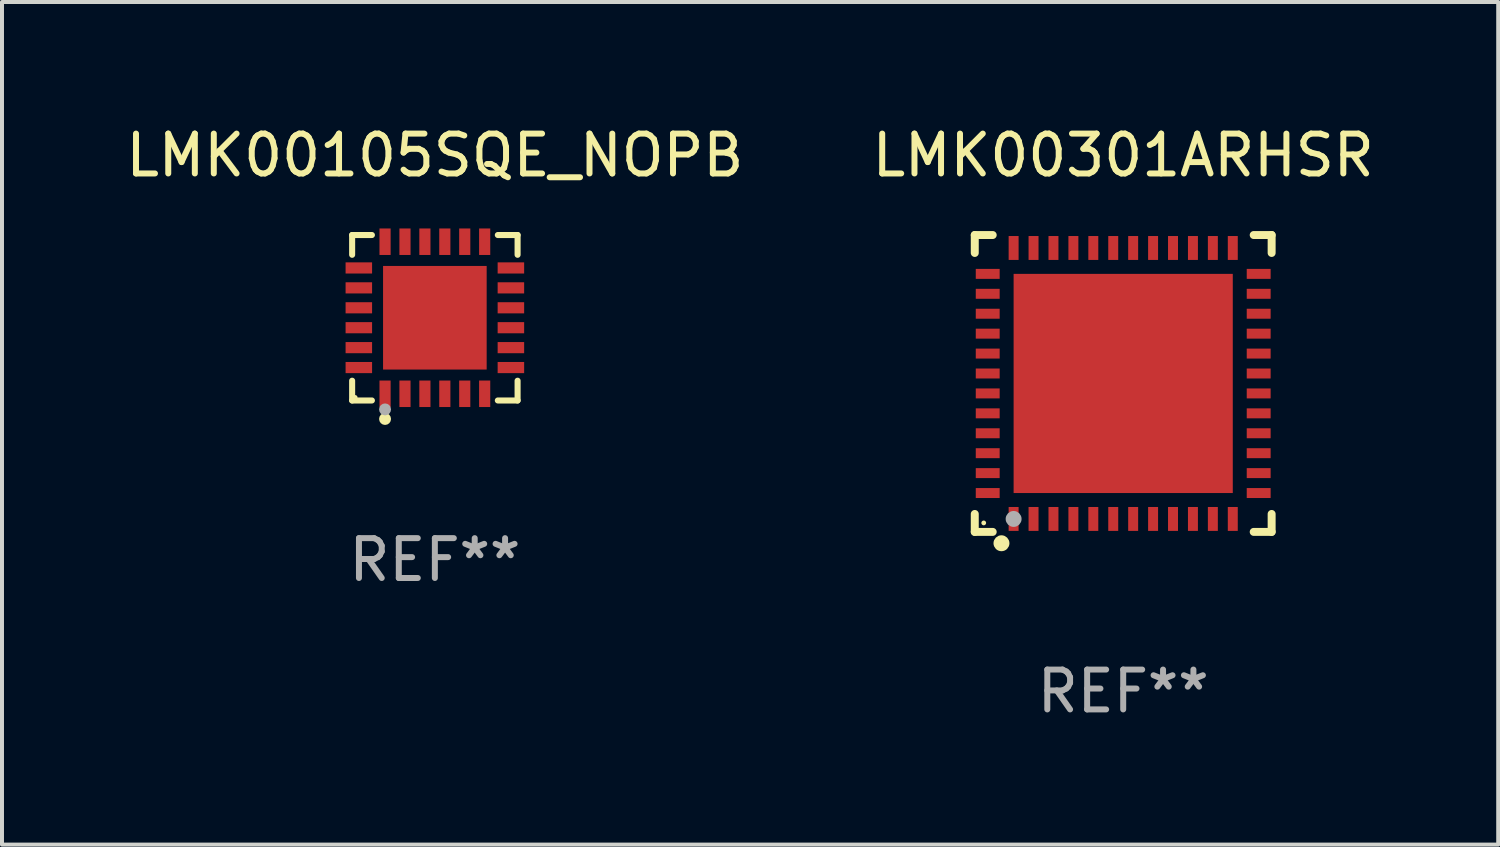
<source format=kicad_pcb>
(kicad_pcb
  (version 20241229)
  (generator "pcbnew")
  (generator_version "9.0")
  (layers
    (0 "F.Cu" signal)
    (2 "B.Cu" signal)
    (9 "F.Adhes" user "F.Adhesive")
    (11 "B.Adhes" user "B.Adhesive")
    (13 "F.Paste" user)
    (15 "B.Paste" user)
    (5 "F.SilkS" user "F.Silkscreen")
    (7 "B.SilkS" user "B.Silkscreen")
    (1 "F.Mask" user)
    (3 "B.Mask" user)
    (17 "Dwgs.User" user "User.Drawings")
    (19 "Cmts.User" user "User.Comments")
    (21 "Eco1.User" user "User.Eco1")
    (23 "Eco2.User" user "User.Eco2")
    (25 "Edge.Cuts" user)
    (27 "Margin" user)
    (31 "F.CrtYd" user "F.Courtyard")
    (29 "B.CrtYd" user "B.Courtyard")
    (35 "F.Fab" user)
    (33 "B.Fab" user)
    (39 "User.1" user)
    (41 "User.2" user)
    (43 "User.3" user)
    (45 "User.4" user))
  (footprint "LMK00105SQE_NOPB"
    (layer "F.Cu")
    (at 7.863 4.924)
    (property "Reference" "LMK00105SQE_NOPB" (at 0 -4.076 0) (layer "F.SilkS") (effects (font (size 1 1) (thickness 0.15))))
    (attr through_hole)
    (fp_line (start -2.076 -2.076) (end -1.58 -2.076) (stroke (width 0.152) (type solid)) (layer "F.SilkS"))
    (fp_line (start -2.076 -1.58) (end -2.076 -2.076) (stroke (width 0.152) (type solid)) (layer "F.SilkS"))
    (fp_line (start -2.076 1.58) (end -2.076 2.076) (stroke (width 0.152) (type solid)) (layer "F.SilkS"))
    (fp_line (start -2.076 2.076) (end -1.58 2.076) (stroke (width 0.152) (type solid)) (layer "F.SilkS"))
    (fp_line (start 2.076 -2.076) (end 1.58 -2.076) (stroke (width 0.152) (type solid)) (layer "F.SilkS"))
    (fp_line (start 2.076 -1.58) (end 2.076 -2.076) (stroke (width 0.152) (type solid)) (layer "F.SilkS"))
    (fp_line (start 2.076 1.58) (end 2.076 2.076) (stroke (width 0.152) (type solid)) (layer "F.SilkS"))
    (fp_line (start 2.076 2.076) (end 1.58 2.076) (stroke (width 0.152) (type solid)) (layer "F.SilkS"))
    (fp_circle (center -2 2) (end -1.97 2) (stroke (width 0.06) (type solid)) (fill no) (layer "F.SilkS"))
    (fp_circle (center -1.25 2.54) (end -1.175 2.54) (stroke (width 0.15) (type solid)) (fill no) (layer "F.SilkS"))
    (fp_circle (center -1.25 2.3) (end -1.175 2.3) (stroke (width 0.15) (type solid)) (fill no) (layer "F.Fab"))
    (fp_text user "REF**" (at 0 6.076 0) (layer "F.Fab") (effects (font (size 1 1) (thickness 0.15))))
    (pad "1" smd rect (at -1.25 1.908) (size 0.28 0.665) (layers "F.Cu" "F.Mask" "F.Paste"))
    (pad "2" smd rect (at -0.75 1.908) (size 0.28 0.665) (layers "F.Cu" "F.Mask" "F.Paste"))
    (pad "3" smd rect (at -0.25 1.908) (size 0.28 0.665) (layers "F.Cu" "F.Mask" "F.Paste"))
    (pad "4" smd rect (at 0.25 1.908) (size 0.28 0.665) (layers "F.Cu" "F.Mask" "F.Paste"))
    (pad "5" smd rect (at 0.75 1.908) (size 0.28 0.665) (layers "F.Cu" "F.Mask" "F.Paste"))
    (pad "6" smd rect (at 1.25 1.908) (size 0.28 0.665) (layers "F.Cu" "F.Mask" "F.Paste"))
    (pad "7" smd rect (at 1.908 1.25) (size 0.665 0.28) (layers "F.Cu" "F.Mask" "F.Paste"))
    (pad "8" smd rect (at 1.908 0.75) (size 0.665 0.28) (layers "F.Cu" "F.Mask" "F.Paste"))
    (pad "9" smd rect (at 1.908 0.25) (size 0.665 0.28) (layers "F.Cu" "F.Mask" "F.Paste"))
    (pad "10" smd rect (at 1.908 -0.25) (size 0.665 0.28) (layers "F.Cu" "F.Mask" "F.Paste"))
    (pad "11" smd rect (at 1.908 -0.75) (size 0.665 0.28) (layers "F.Cu" "F.Mask" "F.Paste"))
    (pad "12" smd rect (at 1.908 -1.25) (size 0.665 0.28) (layers "F.Cu" "F.Mask" "F.Paste"))
    (pad "13" smd rect (at 1.25 -1.908) (size 0.28 0.665) (layers "F.Cu" "F.Mask" "F.Paste"))
    (pad "14" smd rect (at 0.75 -1.908) (size 0.28 0.665) (layers "F.Cu" "F.Mask" "F.Paste"))
    (pad "15" smd rect (at 0.25 -1.908) (size 0.28 0.665) (layers "F.Cu" "F.Mask" "F.Paste"))
    (pad "16" smd rect (at -0.25 -1.908) (size 0.28 0.665) (layers "F.Cu" "F.Mask" "F.Paste"))
    (pad "17" smd rect (at -0.75 -1.908) (size 0.28 0.665) (layers "F.Cu" "F.Mask" "F.Paste"))
    (pad "18" smd rect (at -1.25 -1.908) (size 0.28 0.665) (layers "F.Cu" "F.Mask" "F.Paste"))
    (pad "19" smd rect (at -1.908 -1.25) (size 0.665 0.28) (layers "F.Cu" "F.Mask" "F.Paste"))
    (pad "20" smd rect (at -1.908 -0.75) (size 0.665 0.28) (layers "F.Cu" "F.Mask" "F.Paste"))
    (pad "21" smd rect (at -1.908 -0.25) (size 0.665 0.28) (layers "F.Cu" "F.Mask" "F.Paste"))
    (pad "22" smd rect (at -1.908 0.25) (size 0.665 0.28) (layers "F.Cu" "F.Mask" "F.Paste"))
    (pad "23" smd rect (at -1.908 0.75) (size 0.665 0.28) (layers "F.Cu" "F.Mask" "F.Paste"))
    (pad "24" smd rect (at -1.908 1.25) (size 0.665 0.28) (layers "F.Cu" "F.Mask" "F.Paste"))
    (pad "25" smd rect (at 0 0) (size 2.6 2.6) (layers "F.Cu" "F.Mask" "F.Paste")))
  (footprint "LMK00301ARHSR"
    (layer "F.Cu")
    (at 25.137 6.573)
    (property "Reference" "LMK00301ARHSR" (at 0 -5.725 0) (layer "F.SilkS") (effects (font (size 1 1) (thickness 0.15))))
    (attr through_hole)
    (fp_line (start -3.725 -3.725) (end -3.275 -3.725) (stroke (width 0.2) (type solid)) (layer "F.SilkS"))
    (fp_line (start -3.725 -3.275) (end -3.725 -3.725) (stroke (width 0.2) (type solid)) (layer "F.SilkS"))
    (fp_line (start -3.725 3.725) (end -3.725 3.275) (stroke (width 0.2) (type solid)) (layer "F.SilkS"))
    (fp_line (start -3.275 3.725) (end -3.725 3.725) (stroke (width 0.2) (type solid)) (layer "F.SilkS"))
    (fp_line (start 3.275 3.725) (end 3.725 3.725) (stroke (width 0.2) (type solid)) (layer "F.SilkS"))
    (fp_line (start 3.725 -3.725) (end 3.275 -3.725) (stroke (width 0.2) (type solid)) (layer "F.SilkS"))
    (fp_line (start 3.725 -3.275) (end 3.725 -3.725) (stroke (width 0.2) (type solid)) (layer "F.SilkS"))
    (fp_line (start 3.725 3.725) (end 3.725 3.275) (stroke (width 0.2) (type solid)) (layer "F.SilkS"))
    (fp_circle (center -3.5 3.5) (end -3.47 3.5) (stroke (width 0.06) (type solid)) (fill no) (layer "F.SilkS"))
    (fp_circle (center -3.055 4.01) (end -2.955 4.01) (stroke (width 0.2) (type solid)) (fill no) (layer "F.SilkS"))
    (fp_circle (center -2.75 3.4) (end -2.65 3.4) (stroke (width 0.2) (type solid)) (fill no) (layer "F.Fab"))
    (fp_text user "REF**" (at 0 7.725 0) (layer "F.Fab") (effects (font (size 1 1) (thickness 0.15))))
    (pad "1" smd rect (at -2.75 3.4 180) (size 0.25 0.6) (layers "F.Cu" "F.Mask" "F.Paste"))
    (pad "2" smd rect (at -2.25 3.4 180) (size 0.25 0.6) (layers "F.Cu" "F.Mask" "F.Paste"))
    (pad "3" smd rect (at -1.75 3.4 180) (size 0.25 0.6) (layers "F.Cu" "F.Mask" "F.Paste"))
    (pad "4" smd rect (at -1.25 3.4 180) (size 0.25 0.6) (layers "F.Cu" "F.Mask" "F.Paste"))
    (pad "5" smd rect (at -0.75 3.4 180) (size 0.25 0.6) (layers "F.Cu" "F.Mask" "F.Paste"))
    (pad "6" smd rect (at -0.25 3.4 180) (size 0.25 0.6) (layers "F.Cu" "F.Mask" "F.Paste"))
    (pad "7" smd rect (at 0.25 3.4 180) (size 0.25 0.6) (layers "F.Cu" "F.Mask" "F.Paste"))
    (pad "8" smd rect (at 0.75 3.4 180) (size 0.25 0.6) (layers "F.Cu" "F.Mask" "F.Paste"))
    (pad "9" smd rect (at 1.25 3.4 180) (size 0.25 0.6) (layers "F.Cu" "F.Mask" "F.Paste"))
    (pad "10" smd rect (at 1.75 3.4 180) (size 0.25 0.6) (layers "F.Cu" "F.Mask" "F.Paste"))
    (pad "11" smd rect (at 2.25 3.4 180) (size 0.25 0.6) (layers "F.Cu" "F.Mask" "F.Paste"))
    (pad "12" smd rect (at 2.75 3.4 180) (size 0.25 0.6) (layers "F.Cu" "F.Mask" "F.Paste"))
    (pad "13" smd rect (at 3.4 2.75 90) (size 0.25 0.6) (layers "F.Cu" "F.Mask" "F.Paste"))
    (pad "14" smd rect (at 3.4 2.25 90) (size 0.25 0.6) (layers "F.Cu" "F.Mask" "F.Paste"))
    (pad "15" smd rect (at 3.4 1.75 90) (size 0.25 0.6) (layers "F.Cu" "F.Mask" "F.Paste"))
    (pad "16" smd rect (at 3.4 1.25 90) (size 0.25 0.6) (layers "F.Cu" "F.Mask" "F.Paste"))
    (pad "17" smd rect (at 3.4 0.75 90) (size 0.25 0.6) (layers "F.Cu" "F.Mask" "F.Paste"))
    (pad "18" smd rect (at 3.4 0.25 90) (size 0.25 0.6) (layers "F.Cu" "F.Mask" "F.Paste"))
    (pad "19" smd rect (at 3.4 -0.25 90) (size 0.25 0.6) (layers "F.Cu" "F.Mask" "F.Paste"))
    (pad "20" smd rect (at 3.4 -0.75 90) (size 0.25 0.6) (layers "F.Cu" "F.Mask" "F.Paste"))
    (pad "21" smd rect (at 3.4 -1.25 90) (size 0.25 0.6) (layers "F.Cu" "F.Mask" "F.Paste"))
    (pad "22" smd rect (at 3.4 -1.75 90) (size 0.25 0.6) (layers "F.Cu" "F.Mask" "F.Paste"))
    (pad "23" smd rect (at 3.4 -2.25 90) (size 0.25 0.6) (layers "F.Cu" "F.Mask" "F.Paste"))
    (pad "24" smd rect (at 3.4 -2.75 90) (size 0.25 0.6) (layers "F.Cu" "F.Mask" "F.Paste"))
    (pad "25" smd rect (at 2.75 -3.4 180) (size 0.25 0.6) (layers "F.Cu" "F.Mask" "F.Paste"))
    (pad "26" smd rect (at 2.25 -3.4 180) (size 0.25 0.6) (layers "F.Cu" "F.Mask" "F.Paste"))
    (pad "27" smd rect (at 1.75 -3.4 180) (size 0.25 0.6) (layers "F.Cu" "F.Mask" "F.Paste"))
    (pad "28" smd rect (at 1.25 -3.4 180) (size 0.25 0.6) (layers "F.Cu" "F.Mask" "F.Paste"))
    (pad "29" smd rect (at 0.75 -3.4 180) (size 0.25 0.6) (layers "F.Cu" "F.Mask" "F.Paste"))
    (pad "30" smd rect (at 0.25 -3.4 180) (size 0.25 0.6) (layers "F.Cu" "F.Mask" "F.Paste"))
    (pad "31" smd rect (at -0.25 -3.4 180) (size 0.25 0.6) (layers "F.Cu" "F.Mask" "F.Paste"))
    (pad "32" smd rect (at -0.75 -3.4 180) (size 0.25 0.6) (layers "F.Cu" "F.Mask" "F.Paste"))
    (pad "33" smd rect (at -1.25 -3.4 180) (size 0.25 0.6) (layers "F.Cu" "F.Mask" "F.Paste"))
    (pad "34" smd rect (at -1.75 -3.4 180) (size 0.25 0.6) (layers "F.Cu" "F.Mask" "F.Paste"))
    (pad "35" smd rect (at -2.25 -3.4 180) (size 0.25 0.6) (layers "F.Cu" "F.Mask" "F.Paste"))
    (pad "36" smd rect (at -2.75 -3.4 180) (size 0.25 0.6) (layers "F.Cu" "F.Mask" "F.Paste"))
    (pad "37" smd rect (at -3.4 -2.75 90) (size 0.25 0.6) (layers "F.Cu" "F.Mask" "F.Paste"))
    (pad "38" smd rect (at -3.4 -2.25 90) (size 0.25 0.6) (layers "F.Cu" "F.Mask" "F.Paste"))
    (pad "39" smd rect (at -3.4 -1.75 90) (size 0.25 0.6) (layers "F.Cu" "F.Mask" "F.Paste"))
    (pad "40" smd rect (at -3.4 -1.25 90) (size 0.25 0.6) (layers "F.Cu" "F.Mask" "F.Paste"))
    (pad "41" smd rect (at -3.4 -0.75 90) (size 0.25 0.6) (layers "F.Cu" "F.Mask" "F.Paste"))
    (pad "42" smd rect (at -3.4 -0.25 90) (size 0.25 0.6) (layers "F.Cu" "F.Mask" "F.Paste"))
    (pad "43" smd rect (at -3.4 0.25 90) (size 0.25 0.6) (layers "F.Cu" "F.Mask" "F.Paste"))
    (pad "44" smd rect (at -3.4 0.75 90) (size 0.25 0.6) (layers "F.Cu" "F.Mask" "F.Paste"))
    (pad "45" smd rect (at -3.4 1.25 90) (size 0.25 0.6) (layers "F.Cu" "F.Mask" "F.Paste"))
    (pad "46" smd rect (at -3.4 1.75 90) (size 0.25 0.6) (layers "F.Cu" "F.Mask" "F.Paste"))
    (pad "47" smd rect (at -3.4 2.25 90) (size 0.25 0.6) (layers "F.Cu" "F.Mask" "F.Paste"))
    (pad "48" smd rect (at -3.4 2.75 90) (size 0.25 0.6) (layers "F.Cu" "F.Mask" "F.Paste"))
    (pad "49" smd rect (at -0.000076 -0.000076 90) (size 5.5 5.5) (layers "F.Cu" "F.Mask" "F.Paste")))
  (gr_rect
    (start -3 -3)
    (end 34.548 18.146)
    (stroke (width 0.1) (type default))
    (fill no)
    (layer "Edge.Cuts")))
</source>
